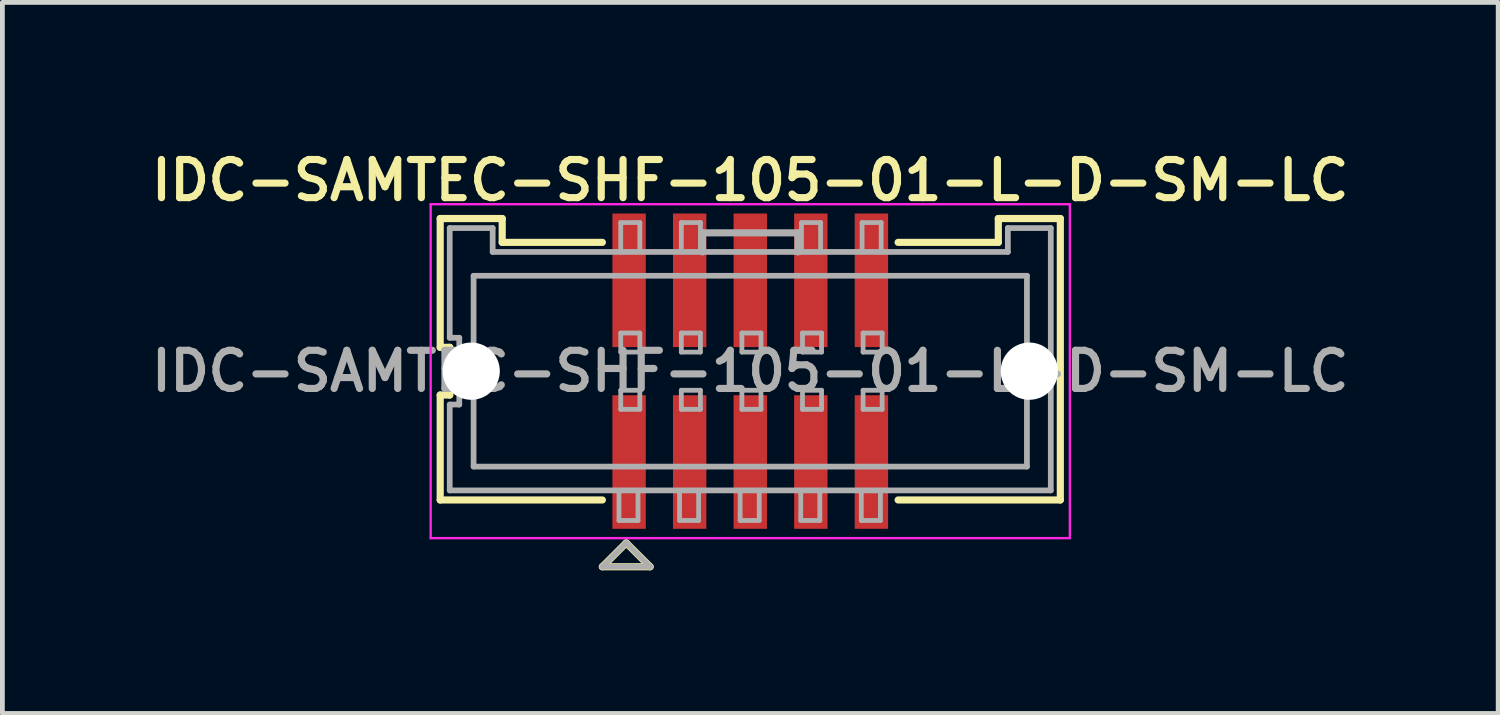
<source format=kicad_pcb>
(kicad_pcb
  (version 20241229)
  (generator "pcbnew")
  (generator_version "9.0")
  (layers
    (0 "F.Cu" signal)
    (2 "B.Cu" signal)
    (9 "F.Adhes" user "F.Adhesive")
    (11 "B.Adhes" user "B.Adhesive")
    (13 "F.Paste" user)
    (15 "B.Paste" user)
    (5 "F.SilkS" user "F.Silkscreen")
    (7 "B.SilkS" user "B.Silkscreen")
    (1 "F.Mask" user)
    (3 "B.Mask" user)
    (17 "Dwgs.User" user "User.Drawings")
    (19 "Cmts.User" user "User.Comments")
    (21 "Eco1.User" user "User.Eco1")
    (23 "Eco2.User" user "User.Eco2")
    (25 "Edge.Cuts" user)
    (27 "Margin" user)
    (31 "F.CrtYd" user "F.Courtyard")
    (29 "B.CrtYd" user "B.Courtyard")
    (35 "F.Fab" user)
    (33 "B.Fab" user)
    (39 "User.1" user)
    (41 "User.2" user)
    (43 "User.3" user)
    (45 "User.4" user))
  (footprint "IDC-SAMTEC-SHF-105-01-L-D-SM-LC"
    (layer "F.Cu")
    (at 12.678 4.731)
    (property "Reference" "IDC-SAMTEC-SHF-105-01-L-D-SM-LC" (at 0 -4 0) (layer "F.SilkS") (effects (font (size 0.8 0.8) (thickness 0.15))))
    (attr smd)
    (fp_line (start -6.5 -3.2) (end -6.5 -0.5) (stroke (width 0.15) (type solid)) (layer "F.SilkS"))
    (fp_line (start -6.5 -3.2) (end -5.2 -3.2) (stroke (width 0.15) (type solid)) (layer "F.SilkS"))
    (fp_line (start -6.5 -0.5) (end -6.3 -0.5) (stroke (width 0.15) (type solid)) (layer "F.SilkS"))
    (fp_line (start -6.5 0.5) (end -6.5 2.7) (stroke (width 0.15) (type solid)) (layer "F.SilkS"))
    (fp_line (start -6.5 2.7) (end -3.1 2.7) (stroke (width 0.15) (type solid)) (layer "F.SilkS"))
    (fp_line (start -6.3 -0.5) (end -6.3 0.5) (stroke (width 0.15) (type solid)) (layer "F.SilkS"))
    (fp_line (start -6.3 0.5) (end -6.5 0.5) (stroke (width 0.15) (type solid)) (layer "F.SilkS"))
    (fp_line (start -5.2 -3.2) (end -5.2 -2.7) (stroke (width 0.15) (type solid)) (layer "F.SilkS"))
    (fp_line (start -5.2 -2.7) (end -3.1 -2.7) (stroke (width 0.15) (type solid)) (layer "F.SilkS"))
    (fp_line (start -3.1 4.1) (end -2.1 4.1) (stroke (width 0.15) (type solid)) (layer "F.SilkS"))
    (fp_line (start -2.6 3.6) (end -3.1 4.1) (stroke (width 0.15) (type solid)) (layer "F.SilkS"))
    (fp_line (start -2.1 4.1) (end -2.6 3.6) (stroke (width 0.15) (type solid)) (layer "F.SilkS"))
    (fp_line (start 3.1 -2.7) (end 5.2 -2.7) (stroke (width 0.15) (type solid)) (layer "F.SilkS"))
    (fp_line (start 3.1 2.7) (end 6.5 2.7) (stroke (width 0.15) (type solid)) (layer "F.SilkS"))
    (fp_line (start 5.2 -3.2) (end 5.2 -2.7) (stroke (width 0.15) (type solid)) (layer "F.SilkS"))
    (fp_line (start 5.2 -3.2) (end 6.5 -3.2) (stroke (width 0.15) (type solid)) (layer "F.SilkS"))
    (fp_line (start 6.5 2.7) (end 6.5 -3.2) (stroke (width 0.15) (type solid)) (layer "F.SilkS"))
    (fp_line (start -6.7 -3.5) (end 6.7 -3.5) (stroke (width 0.05) (type solid)) (layer "F.CrtYd"))
    (fp_line (start -6.7 3.5) (end -6.7 -3.5) (stroke (width 0.05) (type solid)) (layer "F.CrtYd"))
    (fp_line (start 6.7 -3.5) (end 6.7 3.5) (stroke (width 0.05) (type solid)) (layer "F.CrtYd"))
    (fp_line (start 6.7 3.5) (end -6.7 3.5) (stroke (width 0.05) (type solid)) (layer "F.CrtYd"))
    (fp_line (start -6.3 -3) (end -5.4 -3) (stroke (width 0.12) (type solid)) (layer "F.Fab"))
    (fp_line (start -6.3 -0.7) (end -6.3 -3) (stroke (width 0.12) (type solid)) (layer "F.Fab"))
    (fp_line (start -6.3 0.7) (end -6.1 0.7) (stroke (width 0.12) (type solid)) (layer "F.Fab"))
    (fp_line (start -6.3 2.5) (end -6.3 0.7) (stroke (width 0.12) (type solid)) (layer "F.Fab"))
    (fp_line (start -6.1 -0.7) (end -6.3 -0.7) (stroke (width 0.12) (type solid)) (layer "F.Fab"))
    (fp_line (start -6.1 0.7) (end -6.1 -0.7) (stroke (width 0.12) (type solid)) (layer "F.Fab"))
    (fp_line (start -5.8 2) (end -5.8 -2) (stroke (width 0.12) (type solid)) (layer "F.Fab"))
    (fp_line (start -5.8 2) (end 5.8 2) (stroke (width 0.12) (type solid)) (layer "F.Fab"))
    (fp_line (start -5.4 -3) (end -5.4 -2.5) (stroke (width 0.12) (type solid)) (layer "F.Fab"))
    (fp_line (start -5.4 -2.5) (end 5.4 -2.5) (stroke (width 0.12) (type solid)) (layer "F.Fab"))
    (fp_line (start -3.1 4.1) (end -2.1 4.1) (stroke (width 0.12) (type solid)) (layer "F.Fab"))
    (fp_line (start -2.752 3.13) (end -2.752 2.5) (stroke (width 0.1) (type solid)) (layer "F.Fab"))
    (fp_line (start -2.715 -3.115) (end -2.315 -3.115) (stroke (width 0.1) (type solid)) (layer "F.Fab"))
    (fp_line (start -2.715 -2.5) (end -2.715 -3.115) (stroke (width 0.1) (type solid)) (layer "F.Fab"))
    (fp_line (start -2.715 -0.8) (end -2.315 -0.8) (stroke (width 0.1) (type solid)) (layer "F.Fab"))
    (fp_line (start -2.715 -0.4) (end -2.715 -0.8) (stroke (width 0.1) (type solid)) (layer "F.Fab"))
    (fp_line (start -2.715 0.4) (end -2.315 0.4) (stroke (width 0.1) (type solid)) (layer "F.Fab"))
    (fp_line (start -2.715 0.8) (end -2.715 0.4) (stroke (width 0.1) (type solid)) (layer "F.Fab"))
    (fp_line (start -2.6 3.6) (end -3.1 4.1) (stroke (width 0.12) (type solid)) (layer "F.Fab"))
    (fp_line (start -2.353 2.5) (end -2.353 3.13) (stroke (width 0.1) (type solid)) (layer "F.Fab"))
    (fp_line (start -2.353 3.13) (end -2.752 3.13) (stroke (width 0.1) (type solid)) (layer "F.Fab"))
    (fp_line (start -2.315 -3.115) (end -2.315 -2.5) (stroke (width 0.1) (type solid)) (layer "F.Fab"))
    (fp_line (start -2.315 -0.8) (end -2.315 -0.4) (stroke (width 0.1) (type solid)) (layer "F.Fab"))
    (fp_line (start -2.315 -0.4) (end -2.715 -0.4) (stroke (width 0.1) (type solid)) (layer "F.Fab"))
    (fp_line (start -2.315 0.4) (end -2.315 0.8) (stroke (width 0.1) (type solid)) (layer "F.Fab"))
    (fp_line (start -2.315 0.8) (end -2.715 0.8) (stroke (width 0.1) (type solid)) (layer "F.Fab"))
    (fp_line (start -2.1 4.1) (end -2.6 3.6) (stroke (width 0.12) (type solid)) (layer "F.Fab"))
    (fp_line (start -1.482 3.13) (end -1.482 2.5) (stroke (width 0.1) (type solid)) (layer "F.Fab"))
    (fp_line (start -1.445 -3.115) (end -1.045 -3.115) (stroke (width 0.1) (type solid)) (layer "F.Fab"))
    (fp_line (start -1.445 -2.5) (end -1.445 -3.115) (stroke (width 0.1) (type solid)) (layer "F.Fab"))
    (fp_line (start -1.445 -0.8) (end -1.045 -0.8) (stroke (width 0.1) (type solid)) (layer "F.Fab"))
    (fp_line (start -1.445 -0.4) (end -1.445 -0.8) (stroke (width 0.1) (type solid)) (layer "F.Fab"))
    (fp_line (start -1.445 0.4) (end -1.045 0.4) (stroke (width 0.1) (type solid)) (layer "F.Fab"))
    (fp_line (start -1.445 0.8) (end -1.445 0.4) (stroke (width 0.1) (type solid)) (layer "F.Fab"))
    (fp_line (start -1.083 2.5) (end -1.083 3.13) (stroke (width 0.1) (type solid)) (layer "F.Fab"))
    (fp_line (start -1.083 3.13) (end -1.482 3.13) (stroke (width 0.1) (type solid)) (layer "F.Fab"))
    (fp_line (start -1.045 -3.115) (end -1.045 -2.5) (stroke (width 0.1) (type solid)) (layer "F.Fab"))
    (fp_line (start -1.045 -0.8) (end -1.045 -0.4) (stroke (width 0.1) (type solid)) (layer "F.Fab"))
    (fp_line (start -1.045 -0.4) (end -1.445 -0.4) (stroke (width 0.1) (type solid)) (layer "F.Fab"))
    (fp_line (start -1.045 0.4) (end -1.045 0.8) (stroke (width 0.1) (type solid)) (layer "F.Fab"))
    (fp_line (start -1.045 0.8) (end -1.445 0.8) (stroke (width 0.1) (type solid)) (layer "F.Fab"))
    (fp_line (start -1 -2.9) (end 1 -2.9) (stroke (width 0.15) (type solid)) (layer "F.Fab"))
    (fp_line (start -1 -2.5) (end -1 -2.9) (stroke (width 0.15) (type solid)) (layer "F.Fab"))
    (fp_line (start -0.212 3.13) (end -0.212 2.5) (stroke (width 0.1) (type solid)) (layer "F.Fab"))
    (fp_line (start -0.175 -0.8) (end 0.225 -0.8) (stroke (width 0.1) (type solid)) (layer "F.Fab"))
    (fp_line (start -0.175 -0.4) (end -0.175 -0.8) (stroke (width 0.1) (type solid)) (layer "F.Fab"))
    (fp_line (start -0.175 0.4) (end 0.225 0.4) (stroke (width 0.1) (type solid)) (layer "F.Fab"))
    (fp_line (start -0.175 0.8) (end -0.175 0.4) (stroke (width 0.1) (type solid)) (layer "F.Fab"))
    (fp_line (start 0.188 2.5) (end 0.188 3.13) (stroke (width 0.1) (type solid)) (layer "F.Fab"))
    (fp_line (start 0.188 3.13) (end -0.212 3.13) (stroke (width 0.1) (type solid)) (layer "F.Fab"))
    (fp_line (start 0.225 -0.8) (end 0.225 -0.4) (stroke (width 0.1) (type solid)) (layer "F.Fab"))
    (fp_line (start 0.225 -0.4) (end -0.175 -0.4) (stroke (width 0.1) (type solid)) (layer "F.Fab"))
    (fp_line (start 0.225 0.4) (end 0.225 0.8) (stroke (width 0.1) (type solid)) (layer "F.Fab"))
    (fp_line (start 0.225 0.8) (end -0.175 0.8) (stroke (width 0.1) (type solid)) (layer "F.Fab"))
    (fp_line (start 1 -2.9) (end 1 -2.5) (stroke (width 0.15) (type solid)) (layer "F.Fab"))
    (fp_line (start 1.058 3.13) (end 1.058 2.5) (stroke (width 0.1) (type solid)) (layer "F.Fab"))
    (fp_line (start 1.074 -3.115) (end 1.474 -3.115) (stroke (width 0.1) (type solid)) (layer "F.Fab"))
    (fp_line (start 1.074 -2.5) (end 1.074 -3.115) (stroke (width 0.1) (type solid)) (layer "F.Fab"))
    (fp_line (start 1.095 -0.8) (end 1.495 -0.8) (stroke (width 0.1) (type solid)) (layer "F.Fab"))
    (fp_line (start 1.095 -0.4) (end 1.095 -0.8) (stroke (width 0.1) (type solid)) (layer "F.Fab"))
    (fp_line (start 1.095 0.4) (end 1.495 0.4) (stroke (width 0.1) (type solid)) (layer "F.Fab"))
    (fp_line (start 1.095 0.8) (end 1.095 0.4) (stroke (width 0.1) (type solid)) (layer "F.Fab"))
    (fp_line (start 1.458 2.5) (end 1.458 3.13) (stroke (width 0.1) (type solid)) (layer "F.Fab"))
    (fp_line (start 1.458 3.13) (end 1.058 3.13) (stroke (width 0.1) (type solid)) (layer "F.Fab"))
    (fp_line (start 1.474 -3.115) (end 1.474 -2.5) (stroke (width 0.1) (type solid)) (layer "F.Fab"))
    (fp_line (start 1.495 -0.8) (end 1.495 -0.4) (stroke (width 0.1) (type solid)) (layer "F.Fab"))
    (fp_line (start 1.495 -0.4) (end 1.095 -0.4) (stroke (width 0.1) (type solid)) (layer "F.Fab"))
    (fp_line (start 1.495 0.4) (end 1.495 0.8) (stroke (width 0.1) (type solid)) (layer "F.Fab"))
    (fp_line (start 1.495 0.8) (end 1.095 0.8) (stroke (width 0.1) (type solid)) (layer "F.Fab"))
    (fp_line (start 2.328 3.13) (end 2.328 2.5) (stroke (width 0.1) (type solid)) (layer "F.Fab"))
    (fp_line (start 2.344 -3.115) (end 2.744 -3.115) (stroke (width 0.1) (type solid)) (layer "F.Fab"))
    (fp_line (start 2.344 -2.5) (end 2.344 -3.115) (stroke (width 0.1) (type solid)) (layer "F.Fab"))
    (fp_line (start 2.365 -0.8) (end 2.765 -0.8) (stroke (width 0.1) (type solid)) (layer "F.Fab"))
    (fp_line (start 2.365 -0.4) (end 2.365 -0.8) (stroke (width 0.1) (type solid)) (layer "F.Fab"))
    (fp_line (start 2.365 0.4) (end 2.765 0.4) (stroke (width 0.1) (type solid)) (layer "F.Fab"))
    (fp_line (start 2.365 0.8) (end 2.365 0.4) (stroke (width 0.1) (type solid)) (layer "F.Fab"))
    (fp_line (start 2.728 2.5) (end 2.728 3.13) (stroke (width 0.1) (type solid)) (layer "F.Fab"))
    (fp_line (start 2.728 3.13) (end 2.328 3.13) (stroke (width 0.1) (type solid)) (layer "F.Fab"))
    (fp_line (start 2.744 -3.115) (end 2.744 -2.5) (stroke (width 0.1) (type solid)) (layer "F.Fab"))
    (fp_line (start 2.765 -0.8) (end 2.765 -0.4) (stroke (width 0.1) (type solid)) (layer "F.Fab"))
    (fp_line (start 2.765 -0.4) (end 2.365 -0.4) (stroke (width 0.1) (type solid)) (layer "F.Fab"))
    (fp_line (start 2.765 0.4) (end 2.765 0.8) (stroke (width 0.1) (type solid)) (layer "F.Fab"))
    (fp_line (start 2.765 0.8) (end 2.365 0.8) (stroke (width 0.1) (type solid)) (layer "F.Fab"))
    (fp_line (start 5.4 -3) (end 6.3 -3) (stroke (width 0.12) (type solid)) (layer "F.Fab"))
    (fp_line (start 5.4 -2.5) (end 5.4 -3) (stroke (width 0.12) (type solid)) (layer "F.Fab"))
    (fp_line (start 5.8 -2) (end -5.8 -2) (stroke (width 0.12) (type solid)) (layer "F.Fab"))
    (fp_line (start 5.8 -2) (end 5.8 2) (stroke (width 0.12) (type solid)) (layer "F.Fab"))
    (fp_line (start 6.3 -3) (end 6.3 2.5) (stroke (width 0.12) (type solid)) (layer "F.Fab"))
    (fp_line (start 6.3 2.5) (end -6.3 2.5) (stroke (width 0.12) (type solid)) (layer "F.Fab"))
    (fp_text user "${REFERENCE}" (at 0 0 0) (layer "F.Fab") (effects (font (size 0.8 0.8) (thickness 0.15))))
    (pad "" np_thru_hole oval (at -5.85 0) (size 1.2 1.2) (drill 1.2) (layers "*.Cu" "*.Mask"))
    (pad "" np_thru_hole oval (at 5.85 0) (size 1.2 1.2) (drill 1.2) (layers "*.Cu" "*.Mask"))
    (pad "1" smd rect (at -2.54 1.905) (size 0.7 2.8) (layers "F.Cu" "F.Mask" "F.Paste"))
    (pad "2" smd rect (at -2.54 -1.905) (size 0.7 2.8) (layers "F.Cu" "F.Mask" "F.Paste"))
    (pad "3" smd rect (at -1.27 1.905) (size 0.7 2.8) (layers "F.Cu" "F.Mask" "F.Paste"))
    (pad "4" smd rect (at -1.27 -1.905) (size 0.7 2.8) (layers "F.Cu" "F.Mask" "F.Paste"))
    (pad "5" smd rect (at 0 1.905) (size 0.7 2.8) (layers "F.Cu" "F.Mask" "F.Paste"))
    (pad "6" smd rect (at 0 -1.905) (size 0.7 2.8) (layers "F.Cu" "F.Mask" "F.Paste"))
    (pad "7" smd rect (at 1.27 1.905) (size 0.7 2.8) (layers "F.Cu" "F.Mask" "F.Paste"))
    (pad "8" smd rect (at 1.27 -1.905) (size 0.7 2.8) (layers "F.Cu" "F.Mask" "F.Paste"))
    (pad "9" smd rect (at 2.54 1.905) (size 0.7 2.8) (layers "F.Cu" "F.Mask" "F.Paste"))
    (pad "10" smd rect (at 2.54 -1.905) (size 0.7 2.8) (layers "F.Cu" "F.Mask" "F.Paste")))
  (gr_rect
    (start -3 -3)
    (end 28.357 11.906)
    (stroke (width 0.1) (type default))
    (fill no)
    (layer "Edge.Cuts")))
</source>
